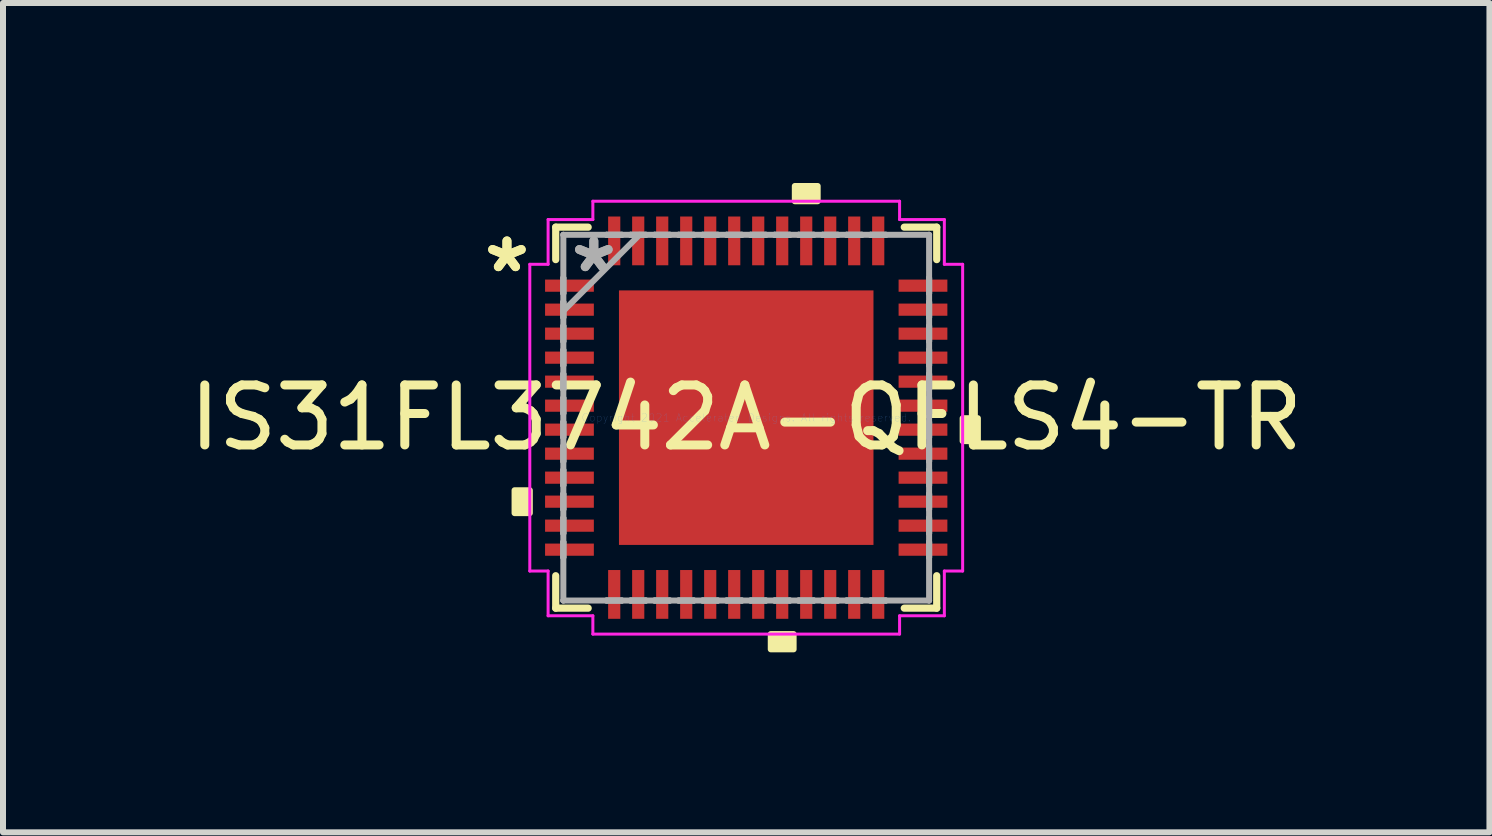
<source format=kicad_pcb>
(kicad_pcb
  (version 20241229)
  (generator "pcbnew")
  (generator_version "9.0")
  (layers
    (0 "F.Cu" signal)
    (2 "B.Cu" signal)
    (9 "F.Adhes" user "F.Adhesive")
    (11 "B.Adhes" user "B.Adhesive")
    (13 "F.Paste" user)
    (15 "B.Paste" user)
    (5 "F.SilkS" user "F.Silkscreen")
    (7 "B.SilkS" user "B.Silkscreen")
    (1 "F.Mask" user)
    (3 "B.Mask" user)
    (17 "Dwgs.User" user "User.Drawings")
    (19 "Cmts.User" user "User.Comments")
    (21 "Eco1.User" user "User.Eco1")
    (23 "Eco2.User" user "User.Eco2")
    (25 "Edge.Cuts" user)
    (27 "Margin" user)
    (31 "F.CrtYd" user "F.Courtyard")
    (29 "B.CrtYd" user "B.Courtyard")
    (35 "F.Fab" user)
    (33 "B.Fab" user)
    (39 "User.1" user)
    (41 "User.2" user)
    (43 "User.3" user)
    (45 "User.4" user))
  (footprint "IS31FL3742A-QFLS4-TR"
    (layer "F.Cu")
    (at 9.387 3.911)
    (property "Reference" "IS31FL3742A-QFLS4-TR" (at 0 0 0) (layer "F.SilkS") (effects (font (size 1 1) (thickness 0.15))))
    (attr through_hole)
    (fp_line (start -3.175 -3.175) (end -3.175 -2.634) (stroke (width 0.12) (type solid)) (layer "F.SilkS"))
    (fp_line (start -3.175 2.634) (end -3.175 3.175) (stroke (width 0.12) (type solid)) (layer "F.SilkS"))
    (fp_line (start -3.175 3.175) (end -2.634 3.175) (stroke (width 0.12) (type solid)) (layer "F.SilkS"))
    (fp_line (start -2.634 -3.175) (end -3.175 -3.175) (stroke (width 0.12) (type solid)) (layer "F.SilkS"))
    (fp_line (start 2.634 3.175) (end 3.175 3.175) (stroke (width 0.12) (type solid)) (layer "F.SilkS"))
    (fp_line (start 3.175 -3.175) (end 2.634 -3.175) (stroke (width 0.12) (type solid)) (layer "F.SilkS"))
    (fp_line (start 3.175 -2.634) (end 3.175 -3.175) (stroke (width 0.12) (type solid)) (layer "F.SilkS"))
    (fp_line (start 3.175 3.175) (end 3.175 2.634) (stroke (width 0.12) (type solid)) (layer "F.SilkS"))
    (fp_poly (pts (xy -3.861 1.21) (xy -3.861 1.591) (xy -3.607 1.591) (xy -3.607 1.21)) (stroke (width 0.1) (type solid)) (fill yes) (layer "F.SilkS"))
    (fp_poly (pts (xy 0.409 3.607) (xy 0.409 3.861) (xy 0.79 3.861) (xy 0.79 3.607)) (stroke (width 0.1) (type solid)) (fill yes) (layer "F.SilkS"))
    (fp_poly (pts (xy 0.81 -3.607) (xy 0.81 -3.861) (xy 1.191 -3.861) (xy 1.191 -3.607)) (stroke (width 0.1) (type solid)) (fill yes) (layer "F.SilkS"))
    (fp_poly (pts (xy 3.861 0.009) (xy 3.861 0.391) (xy 3.607 0.391) (xy 3.607 0.009)) (stroke (width 0.1) (type solid)) (fill yes) (layer "F.SilkS"))
    (fp_poly (pts (xy -2.021 -2.021) (xy -2.021 -0.807) (xy -0.807 -0.807) (xy -0.807 -2.021)) (stroke (width 0.1) (type solid)) (fill yes) (layer "F.Paste"))
    (fp_poly (pts (xy -2.021 -0.607) (xy -2.021 0.607) (xy -0.807 0.607) (xy -0.807 -0.607)) (stroke (width 0.1) (type solid)) (fill yes) (layer "F.Paste"))
    (fp_poly (pts (xy -2.021 0.807) (xy -2.021 2.021) (xy -0.807 2.021) (xy -0.807 0.807)) (stroke (width 0.1) (type solid)) (fill yes) (layer "F.Paste"))
    (fp_poly (pts (xy -0.607 -2.021) (xy -0.607 -0.807) (xy 0.607 -0.807) (xy 0.607 -2.021)) (stroke (width 0.1) (type solid)) (fill yes) (layer "F.Paste"))
    (fp_poly (pts (xy -0.607 -0.607) (xy -0.607 0.607) (xy 0.607 0.607) (xy 0.607 -0.607)) (stroke (width 0.1) (type solid)) (fill yes) (layer "F.Paste"))
    (fp_poly (pts (xy -0.607 0.807) (xy -0.607 2.021) (xy 0.607 2.021) (xy 0.607 0.807)) (stroke (width 0.1) (type solid)) (fill yes) (layer "F.Paste"))
    (fp_poly (pts (xy 0.807 -2.021) (xy 0.807 -0.807) (xy 2.021 -0.807) (xy 2.021 -2.021)) (stroke (width 0.1) (type solid)) (fill yes) (layer "F.Paste"))
    (fp_poly (pts (xy 0.807 -0.607) (xy 0.807 0.607) (xy 2.021 0.607) (xy 2.021 -0.607)) (stroke (width 0.1) (type solid)) (fill yes) (layer "F.Paste"))
    (fp_poly (pts (xy 0.807 0.807) (xy 0.807 2.021) (xy 2.021 2.021) (xy 2.021 0.807)) (stroke (width 0.1) (type solid)) (fill yes) (layer "F.Paste"))
    (fp_line (start -3.607 -2.556) (end -3.302 -2.556) (stroke (width 0.05) (type solid)) (layer "F.CrtYd"))
    (fp_line (start -3.607 2.556) (end -3.607 -2.556) (stroke (width 0.05) (type solid)) (layer "F.CrtYd"))
    (fp_line (start -3.302 -3.302) (end -2.556 -3.302) (stroke (width 0.05) (type solid)) (layer "F.CrtYd"))
    (fp_line (start -3.302 -2.556) (end -3.302 -3.302) (stroke (width 0.05) (type solid)) (layer "F.CrtYd"))
    (fp_line (start -3.302 2.556) (end -3.607 2.556) (stroke (width 0.05) (type solid)) (layer "F.CrtYd"))
    (fp_line (start -3.302 3.302) (end -3.302 2.556) (stroke (width 0.05) (type solid)) (layer "F.CrtYd"))
    (fp_line (start -2.556 -3.607) (end 2.556 -3.607) (stroke (width 0.05) (type solid)) (layer "F.CrtYd"))
    (fp_line (start -2.556 -3.302) (end -2.556 -3.607) (stroke (width 0.05) (type solid)) (layer "F.CrtYd"))
    (fp_line (start -2.556 3.302) (end -3.302 3.302) (stroke (width 0.05) (type solid)) (layer "F.CrtYd"))
    (fp_line (start -2.556 3.607) (end -2.556 3.302) (stroke (width 0.05) (type solid)) (layer "F.CrtYd"))
    (fp_line (start 2.556 -3.607) (end 2.556 -3.302) (stroke (width 0.05) (type solid)) (layer "F.CrtYd"))
    (fp_line (start 2.556 -3.302) (end 3.302 -3.302) (stroke (width 0.05) (type solid)) (layer "F.CrtYd"))
    (fp_line (start 2.556 3.302) (end 2.556 3.607) (stroke (width 0.05) (type solid)) (layer "F.CrtYd"))
    (fp_line (start 2.556 3.607) (end -2.556 3.607) (stroke (width 0.05) (type solid)) (layer "F.CrtYd"))
    (fp_line (start 3.302 -3.302) (end 3.302 -2.556) (stroke (width 0.05) (type solid)) (layer "F.CrtYd"))
    (fp_line (start 3.302 -2.556) (end 3.607 -2.556) (stroke (width 0.05) (type solid)) (layer "F.CrtYd"))
    (fp_line (start 3.302 2.556) (end 3.302 3.302) (stroke (width 0.05) (type solid)) (layer "F.CrtYd"))
    (fp_line (start 3.302 3.302) (end 2.556 3.302) (stroke (width 0.05) (type solid)) (layer "F.CrtYd"))
    (fp_line (start 3.607 -2.556) (end 3.607 2.556) (stroke (width 0.05) (type solid)) (layer "F.CrtYd"))
    (fp_line (start 3.607 2.556) (end 3.302 2.556) (stroke (width 0.05) (type solid)) (layer "F.CrtYd"))
    (fp_line (start -3.048 -3.048) (end -3.048 -3.048) (stroke (width 0.1) (type solid)) (layer "F.Fab"))
    (fp_line (start -3.048 -3.048) (end -3.048 3.048) (stroke (width 0.1) (type solid)) (layer "F.Fab"))
    (fp_line (start -3.048 -2.327) (end -3.048 -2.327) (stroke (width 0.1) (type solid)) (layer "F.Fab"))
    (fp_line (start -3.048 -2.327) (end -3.048 -2.073) (stroke (width 0.1) (type solid)) (layer "F.Fab"))
    (fp_line (start -3.048 -2.073) (end -3.048 -2.327) (stroke (width 0.1) (type solid)) (layer "F.Fab"))
    (fp_line (start -3.048 -2.073) (end -3.048 -2.073) (stroke (width 0.1) (type solid)) (layer "F.Fab"))
    (fp_line (start -3.048 -1.927) (end -3.048 -1.927) (stroke (width 0.1) (type solid)) (layer "F.Fab"))
    (fp_line (start -3.048 -1.927) (end -3.048 -1.673) (stroke (width 0.1) (type solid)) (layer "F.Fab"))
    (fp_line (start -3.048 -1.778) (end -1.778 -3.048) (stroke (width 0.1) (type solid)) (layer "F.Fab"))
    (fp_line (start -3.048 -1.673) (end -3.048 -1.927) (stroke (width 0.1) (type solid)) (layer "F.Fab"))
    (fp_line (start -3.048 -1.673) (end -3.048 -1.673) (stroke (width 0.1) (type solid)) (layer "F.Fab"))
    (fp_line (start -3.048 -1.527) (end -3.048 -1.527) (stroke (width 0.1) (type solid)) (layer "F.Fab"))
    (fp_line (start -3.048 -1.527) (end -3.048 -1.273) (stroke (width 0.1) (type solid)) (layer "F.Fab"))
    (fp_line (start -3.048 -1.273) (end -3.048 -1.527) (stroke (width 0.1) (type solid)) (layer "F.Fab"))
    (fp_line (start -3.048 -1.273) (end -3.048 -1.273) (stroke (width 0.1) (type solid)) (layer "F.Fab"))
    (fp_line (start -3.048 -1.127) (end -3.048 -1.127) (stroke (width 0.1) (type solid)) (layer "F.Fab"))
    (fp_line (start -3.048 -1.127) (end -3.048 -0.873) (stroke (width 0.1) (type solid)) (layer "F.Fab"))
    (fp_line (start -3.048 -0.873) (end -3.048 -1.127) (stroke (width 0.1) (type solid)) (layer "F.Fab"))
    (fp_line (start -3.048 -0.873) (end -3.048 -0.873) (stroke (width 0.1) (type solid)) (layer "F.Fab"))
    (fp_line (start -3.048 -0.727) (end -3.048 -0.727) (stroke (width 0.1) (type solid)) (layer "F.Fab"))
    (fp_line (start -3.048 -0.727) (end -3.048 -0.473) (stroke (width 0.1) (type solid)) (layer "F.Fab"))
    (fp_line (start -3.048 -0.473) (end -3.048 -0.727) (stroke (width 0.1) (type solid)) (layer "F.Fab"))
    (fp_line (start -3.048 -0.473) (end -3.048 -0.473) (stroke (width 0.1) (type solid)) (layer "F.Fab"))
    (fp_line (start -3.048 -0.327) (end -3.048 -0.327) (stroke (width 0.1) (type solid)) (layer "F.Fab"))
    (fp_line (start -3.048 -0.327) (end -3.048 -0.073) (stroke (width 0.1) (type solid)) (layer "F.Fab"))
    (fp_line (start -3.048 -0.073) (end -3.048 -0.327) (stroke (width 0.1) (type solid)) (layer "F.Fab"))
    (fp_line (start -3.048 -0.073) (end -3.048 -0.073) (stroke (width 0.1) (type solid)) (layer "F.Fab"))
    (fp_line (start -3.048 0.073) (end -3.048 0.073) (stroke (width 0.1) (type solid)) (layer "F.Fab"))
    (fp_line (start -3.048 0.073) (end -3.048 0.327) (stroke (width 0.1) (type solid)) (layer "F.Fab"))
    (fp_line (start -3.048 0.327) (end -3.048 0.073) (stroke (width 0.1) (type solid)) (layer "F.Fab"))
    (fp_line (start -3.048 0.327) (end -3.048 0.327) (stroke (width 0.1) (type solid)) (layer "F.Fab"))
    (fp_line (start -3.048 0.473) (end -3.048 0.473) (stroke (width 0.1) (type solid)) (layer "F.Fab"))
    (fp_line (start -3.048 0.473) (end -3.048 0.727) (stroke (width 0.1) (type solid)) (layer "F.Fab"))
    (fp_line (start -3.048 0.727) (end -3.048 0.473) (stroke (width 0.1) (type solid)) (layer "F.Fab"))
    (fp_line (start -3.048 0.727) (end -3.048 0.727) (stroke (width 0.1) (type solid)) (layer "F.Fab"))
    (fp_line (start -3.048 0.873) (end -3.048 0.873) (stroke (width 0.1) (type solid)) (layer "F.Fab"))
    (fp_line (start -3.048 0.873) (end -3.048 1.127) (stroke (width 0.1) (type solid)) (layer "F.Fab"))
    (fp_line (start -3.048 1.127) (end -3.048 0.873) (stroke (width 0.1) (type solid)) (layer "F.Fab"))
    (fp_line (start -3.048 1.127) (end -3.048 1.127) (stroke (width 0.1) (type solid)) (layer "F.Fab"))
    (fp_line (start -3.048 1.273) (end -3.048 1.273) (stroke (width 0.1) (type solid)) (layer "F.Fab"))
    (fp_line (start -3.048 1.273) (end -3.048 1.527) (stroke (width 0.1) (type solid)) (layer "F.Fab"))
    (fp_line (start -3.048 1.527) (end -3.048 1.273) (stroke (width 0.1) (type solid)) (layer "F.Fab"))
    (fp_line (start -3.048 1.527) (end -3.048 1.527) (stroke (width 0.1) (type solid)) (layer "F.Fab"))
    (fp_line (start -3.048 1.673) (end -3.048 1.673) (stroke (width 0.1) (type solid)) (layer "F.Fab"))
    (fp_line (start -3.048 1.673) (end -3.048 1.927) (stroke (width 0.1) (type solid)) (layer "F.Fab"))
    (fp_line (start -3.048 1.927) (end -3.048 1.673) (stroke (width 0.1) (type solid)) (layer "F.Fab"))
    (fp_line (start -3.048 1.927) (end -3.048 1.927) (stroke (width 0.1) (type solid)) (layer "F.Fab"))
    (fp_line (start -3.048 2.073) (end -3.048 2.073) (stroke (width 0.1) (type solid)) (layer "F.Fab"))
    (fp_line (start -3.048 2.073) (end -3.048 2.327) (stroke (width 0.1) (type solid)) (layer "F.Fab"))
    (fp_line (start -3.048 2.327) (end -3.048 2.073) (stroke (width 0.1) (type solid)) (layer "F.Fab"))
    (fp_line (start -3.048 2.327) (end -3.048 2.327) (stroke (width 0.1) (type solid)) (layer "F.Fab"))
    (fp_line (start -3.048 3.048) (end -3.048 3.048) (stroke (width 0.1) (type solid)) (layer "F.Fab"))
    (fp_line (start -3.048 3.048) (end 3.048 3.048) (stroke (width 0.1) (type solid)) (layer "F.Fab"))
    (fp_line (start -2.327 -3.048) (end -2.327 -3.048) (stroke (width 0.1) (type solid)) (layer "F.Fab"))
    (fp_line (start -2.327 -3.048) (end -2.073 -3.048) (stroke (width 0.1) (type solid)) (layer "F.Fab"))
    (fp_line (start -2.327 3.048) (end -2.327 3.048) (stroke (width 0.1) (type solid)) (layer "F.Fab"))
    (fp_line (start -2.327 3.048) (end -2.073 3.048) (stroke (width 0.1) (type solid)) (layer "F.Fab"))
    (fp_line (start -2.073 -3.048) (end -2.327 -3.048) (stroke (width 0.1) (type solid)) (layer "F.Fab"))
    (fp_line (start -2.073 -3.048) (end -2.073 -3.048) (stroke (width 0.1) (type solid)) (layer "F.Fab"))
    (fp_line (start -2.073 3.048) (end -2.327 3.048) (stroke (width 0.1) (type solid)) (layer "F.Fab"))
    (fp_line (start -2.073 3.048) (end -2.073 3.048) (stroke (width 0.1) (type solid)) (layer "F.Fab"))
    (fp_line (start -1.927 -3.048) (end -1.927 -3.048) (stroke (width 0.1) (type solid)) (layer "F.Fab"))
    (fp_line (start -1.927 -3.048) (end -1.673 -3.048) (stroke (width 0.1) (type solid)) (layer "F.Fab"))
    (fp_line (start -1.927 3.048) (end -1.927 3.048) (stroke (width 0.1) (type solid)) (layer "F.Fab"))
    (fp_line (start -1.927 3.048) (end -1.673 3.048) (stroke (width 0.1) (type solid)) (layer "F.Fab"))
    (fp_line (start -1.673 -3.048) (end -1.927 -3.048) (stroke (width 0.1) (type solid)) (layer "F.Fab"))
    (fp_line (start -1.673 -3.048) (end -1.673 -3.048) (stroke (width 0.1) (type solid)) (layer "F.Fab"))
    (fp_line (start -1.673 3.048) (end -1.927 3.048) (stroke (width 0.1) (type solid)) (layer "F.Fab"))
    (fp_line (start -1.673 3.048) (end -1.673 3.048) (stroke (width 0.1) (type solid)) (layer "F.Fab"))
    (fp_line (start -1.527 -3.048) (end -1.527 -3.048) (stroke (width 0.1) (type solid)) (layer "F.Fab"))
    (fp_line (start -1.527 -3.048) (end -1.273 -3.048) (stroke (width 0.1) (type solid)) (layer "F.Fab"))
    (fp_line (start -1.527 3.048) (end -1.527 3.048) (stroke (width 0.1) (type solid)) (layer "F.Fab"))
    (fp_line (start -1.527 3.048) (end -1.273 3.048) (stroke (width 0.1) (type solid)) (layer "F.Fab"))
    (fp_line (start -1.273 -3.048) (end -1.527 -3.048) (stroke (width 0.1) (type solid)) (layer "F.Fab"))
    (fp_line (start -1.273 -3.048) (end -1.273 -3.048) (stroke (width 0.1) (type solid)) (layer "F.Fab"))
    (fp_line (start -1.273 3.048) (end -1.527 3.048) (stroke (width 0.1) (type solid)) (layer "F.Fab"))
    (fp_line (start -1.273 3.048) (end -1.273 3.048) (stroke (width 0.1) (type solid)) (layer "F.Fab"))
    (fp_line (start -1.127 -3.048) (end -1.127 -3.048) (stroke (width 0.1) (type solid)) (layer "F.Fab"))
    (fp_line (start -1.127 -3.048) (end -0.873 -3.048) (stroke (width 0.1) (type solid)) (layer "F.Fab"))
    (fp_line (start -1.127 3.048) (end -1.127 3.048) (stroke (width 0.1) (type solid)) (layer "F.Fab"))
    (fp_line (start -1.127 3.048) (end -0.873 3.048) (stroke (width 0.1) (type solid)) (layer "F.Fab"))
    (fp_line (start -0.873 -3.048) (end -1.127 -3.048) (stroke (width 0.1) (type solid)) (layer "F.Fab"))
    (fp_line (start -0.873 -3.048) (end -0.873 -3.048) (stroke (width 0.1) (type solid)) (layer "F.Fab"))
    (fp_line (start -0.873 3.048) (end -1.127 3.048) (stroke (width 0.1) (type solid)) (layer "F.Fab"))
    (fp_line (start -0.873 3.048) (end -0.873 3.048) (stroke (width 0.1) (type solid)) (layer "F.Fab"))
    (fp_line (start -0.727 -3.048) (end -0.727 -3.048) (stroke (width 0.1) (type solid)) (layer "F.Fab"))
    (fp_line (start -0.727 -3.048) (end -0.473 -3.048) (stroke (width 0.1) (type solid)) (layer "F.Fab"))
    (fp_line (start -0.727 3.048) (end -0.727 3.048) (stroke (width 0.1) (type solid)) (layer "F.Fab"))
    (fp_line (start -0.727 3.048) (end -0.473 3.048) (stroke (width 0.1) (type solid)) (layer "F.Fab"))
    (fp_line (start -0.473 -3.048) (end -0.727 -3.048) (stroke (width 0.1) (type solid)) (layer "F.Fab"))
    (fp_line (start -0.473 -3.048) (end -0.473 -3.048) (stroke (width 0.1) (type solid)) (layer "F.Fab"))
    (fp_line (start -0.473 3.048) (end -0.727 3.048) (stroke (width 0.1) (type solid)) (layer "F.Fab"))
    (fp_line (start -0.473 3.048) (end -0.473 3.048) (stroke (width 0.1) (type solid)) (layer "F.Fab"))
    (fp_line (start -0.327 -3.048) (end -0.327 -3.048) (stroke (width 0.1) (type solid)) (layer "F.Fab"))
    (fp_line (start -0.327 -3.048) (end -0.073 -3.048) (stroke (width 0.1) (type solid)) (layer "F.Fab"))
    (fp_line (start -0.327 3.048) (end -0.327 3.048) (stroke (width 0.1) (type solid)) (layer "F.Fab"))
    (fp_line (start -0.327 3.048) (end -0.073 3.048) (stroke (width 0.1) (type solid)) (layer "F.Fab"))
    (fp_line (start -0.073 -3.048) (end -0.327 -3.048) (stroke (width 0.1) (type solid)) (layer "F.Fab"))
    (fp_line (start -0.073 -3.048) (end -0.073 -3.048) (stroke (width 0.1) (type solid)) (layer "F.Fab"))
    (fp_line (start -0.073 3.048) (end -0.327 3.048) (stroke (width 0.1) (type solid)) (layer "F.Fab"))
    (fp_line (start -0.073 3.048) (end -0.073 3.048) (stroke (width 0.1) (type solid)) (layer "F.Fab"))
    (fp_line (start 0.073 -3.048) (end 0.073 -3.048) (stroke (width 0.1) (type solid)) (layer "F.Fab"))
    (fp_line (start 0.073 -3.048) (end 0.327 -3.048) (stroke (width 0.1) (type solid)) (layer "F.Fab"))
    (fp_line (start 0.073 3.048) (end 0.073 3.048) (stroke (width 0.1) (type solid)) (layer "F.Fab"))
    (fp_line (start 0.073 3.048) (end 0.327 3.048) (stroke (width 0.1) (type solid)) (layer "F.Fab"))
    (fp_line (start 0.327 -3.048) (end 0.073 -3.048) (stroke (width 0.1) (type solid)) (layer "F.Fab"))
    (fp_line (start 0.327 -3.048) (end 0.327 -3.048) (stroke (width 0.1) (type solid)) (layer "F.Fab"))
    (fp_line (start 0.327 3.048) (end 0.073 3.048) (stroke (width 0.1) (type solid)) (layer "F.Fab"))
    (fp_line (start 0.327 3.048) (end 0.327 3.048) (stroke (width 0.1) (type solid)) (layer "F.Fab"))
    (fp_line (start 0.473 -3.048) (end 0.473 -3.048) (stroke (width 0.1) (type solid)) (layer "F.Fab"))
    (fp_line (start 0.473 -3.048) (end 0.727 -3.048) (stroke (width 0.1) (type solid)) (layer "F.Fab"))
    (fp_line (start 0.473 3.048) (end 0.473 3.048) (stroke (width 0.1) (type solid)) (layer "F.Fab"))
    (fp_line (start 0.473 3.048) (end 0.727 3.048) (stroke (width 0.1) (type solid)) (layer "F.Fab"))
    (fp_line (start 0.727 -3.048) (end 0.473 -3.048) (stroke (width 0.1) (type solid)) (layer "F.Fab"))
    (fp_line (start 0.727 -3.048) (end 0.727 -3.048) (stroke (width 0.1) (type solid)) (layer "F.Fab"))
    (fp_line (start 0.727 3.048) (end 0.473 3.048) (stroke (width 0.1) (type solid)) (layer "F.Fab"))
    (fp_line (start 0.727 3.048) (end 0.727 3.048) (stroke (width 0.1) (type solid)) (layer "F.Fab"))
    (fp_line (start 0.873 -3.048) (end 0.873 -3.048) (stroke (width 0.1) (type solid)) (layer "F.Fab"))
    (fp_line (start 0.873 -3.048) (end 1.127 -3.048) (stroke (width 0.1) (type solid)) (layer "F.Fab"))
    (fp_line (start 0.873 3.048) (end 0.873 3.048) (stroke (width 0.1) (type solid)) (layer "F.Fab"))
    (fp_line (start 0.873 3.048) (end 1.127 3.048) (stroke (width 0.1) (type solid)) (layer "F.Fab"))
    (fp_line (start 1.127 -3.048) (end 0.873 -3.048) (stroke (width 0.1) (type solid)) (layer "F.Fab"))
    (fp_line (start 1.127 -3.048) (end 1.127 -3.048) (stroke (width 0.1) (type solid)) (layer "F.Fab"))
    (fp_line (start 1.127 3.048) (end 0.873 3.048) (stroke (width 0.1) (type solid)) (layer "F.Fab"))
    (fp_line (start 1.127 3.048) (end 1.127 3.048) (stroke (width 0.1) (type solid)) (layer "F.Fab"))
    (fp_line (start 1.273 -3.048) (end 1.273 -3.048) (stroke (width 0.1) (type solid)) (layer "F.Fab"))
    (fp_line (start 1.273 -3.048) (end 1.527 -3.048) (stroke (width 0.1) (type solid)) (layer "F.Fab"))
    (fp_line (start 1.273 3.048) (end 1.273 3.048) (stroke (width 0.1) (type solid)) (layer "F.Fab"))
    (fp_line (start 1.273 3.048) (end 1.527 3.048) (stroke (width 0.1) (type solid)) (layer "F.Fab"))
    (fp_line (start 1.527 -3.048) (end 1.273 -3.048) (stroke (width 0.1) (type solid)) (layer "F.Fab"))
    (fp_line (start 1.527 -3.048) (end 1.527 -3.048) (stroke (width 0.1) (type solid)) (layer "F.Fab"))
    (fp_line (start 1.527 3.048) (end 1.273 3.048) (stroke (width 0.1) (type solid)) (layer "F.Fab"))
    (fp_line (start 1.527 3.048) (end 1.527 3.048) (stroke (width 0.1) (type solid)) (layer "F.Fab"))
    (fp_line (start 1.673 -3.048) (end 1.673 -3.048) (stroke (width 0.1) (type solid)) (layer "F.Fab"))
    (fp_line (start 1.673 -3.048) (end 1.927 -3.048) (stroke (width 0.1) (type solid)) (layer "F.Fab"))
    (fp_line (start 1.673 3.048) (end 1.673 3.048) (stroke (width 0.1) (type solid)) (layer "F.Fab"))
    (fp_line (start 1.673 3.048) (end 1.927 3.048) (stroke (width 0.1) (type solid)) (layer "F.Fab"))
    (fp_line (start 1.927 -3.048) (end 1.673 -3.048) (stroke (width 0.1) (type solid)) (layer "F.Fab"))
    (fp_line (start 1.927 -3.048) (end 1.927 -3.048) (stroke (width 0.1) (type solid)) (layer "F.Fab"))
    (fp_line (start 1.927 3.048) (end 1.673 3.048) (stroke (width 0.1) (type solid)) (layer "F.Fab"))
    (fp_line (start 1.927 3.048) (end 1.927 3.048) (stroke (width 0.1) (type solid)) (layer "F.Fab"))
    (fp_line (start 2.073 -3.048) (end 2.073 -3.048) (stroke (width 0.1) (type solid)) (layer "F.Fab"))
    (fp_line (start 2.073 -3.048) (end 2.327 -3.048) (stroke (width 0.1) (type solid)) (layer "F.Fab"))
    (fp_line (start 2.073 3.048) (end 2.073 3.048) (stroke (width 0.1) (type solid)) (layer "F.Fab"))
    (fp_line (start 2.073 3.048) (end 2.327 3.048) (stroke (width 0.1) (type solid)) (layer "F.Fab"))
    (fp_line (start 2.327 -3.048) (end 2.073 -3.048) (stroke (width 0.1) (type solid)) (layer "F.Fab"))
    (fp_line (start 2.327 -3.048) (end 2.327 -3.048) (stroke (width 0.1) (type solid)) (layer "F.Fab"))
    (fp_line (start 2.327 3.048) (end 2.073 3.048) (stroke (width 0.1) (type solid)) (layer "F.Fab"))
    (fp_line (start 2.327 3.048) (end 2.327 3.048) (stroke (width 0.1) (type solid)) (layer "F.Fab"))
    (fp_line (start 3.048 -3.048) (end -3.048 -3.048) (stroke (width 0.1) (type solid)) (layer "F.Fab"))
    (fp_line (start 3.048 -3.048) (end 3.048 -3.048) (stroke (width 0.1) (type solid)) (layer "F.Fab"))
    (fp_line (start 3.048 -2.327) (end 3.048 -2.327) (stroke (width 0.1) (type solid)) (layer "F.Fab"))
    (fp_line (start 3.048 -2.327) (end 3.048 -2.073) (stroke (width 0.1) (type solid)) (layer "F.Fab"))
    (fp_line (start 3.048 -2.073) (end 3.048 -2.327) (stroke (width 0.1) (type solid)) (layer "F.Fab"))
    (fp_line (start 3.048 -2.073) (end 3.048 -2.073) (stroke (width 0.1) (type solid)) (layer "F.Fab"))
    (fp_line (start 3.048 -1.927) (end 3.048 -1.927) (stroke (width 0.1) (type solid)) (layer "F.Fab"))
    (fp_line (start 3.048 -1.927) (end 3.048 -1.673) (stroke (width 0.1) (type solid)) (layer "F.Fab"))
    (fp_line (start 3.048 -1.673) (end 3.048 -1.927) (stroke (width 0.1) (type solid)) (layer "F.Fab"))
    (fp_line (start 3.048 -1.673) (end 3.048 -1.673) (stroke (width 0.1) (type solid)) (layer "F.Fab"))
    (fp_line (start 3.048 -1.527) (end 3.048 -1.527) (stroke (width 0.1) (type solid)) (layer "F.Fab"))
    (fp_line (start 3.048 -1.527) (end 3.048 -1.273) (stroke (width 0.1) (type solid)) (layer "F.Fab"))
    (fp_line (start 3.048 -1.273) (end 3.048 -1.527) (stroke (width 0.1) (type solid)) (layer "F.Fab"))
    (fp_line (start 3.048 -1.273) (end 3.048 -1.273) (stroke (width 0.1) (type solid)) (layer "F.Fab"))
    (fp_line (start 3.048 -1.127) (end 3.048 -1.127) (stroke (width 0.1) (type solid)) (layer "F.Fab"))
    (fp_line (start 3.048 -1.127) (end 3.048 -0.873) (stroke (width 0.1) (type solid)) (layer "F.Fab"))
    (fp_line (start 3.048 -0.873) (end 3.048 -1.127) (stroke (width 0.1) (type solid)) (layer "F.Fab"))
    (fp_line (start 3.048 -0.873) (end 3.048 -0.873) (stroke (width 0.1) (type solid)) (layer "F.Fab"))
    (fp_line (start 3.048 -0.727) (end 3.048 -0.727) (stroke (width 0.1) (type solid)) (layer "F.Fab"))
    (fp_line (start 3.048 -0.727) (end 3.048 -0.473) (stroke (width 0.1) (type solid)) (layer "F.Fab"))
    (fp_line (start 3.048 -0.473) (end 3.048 -0.727) (stroke (width 0.1) (type solid)) (layer "F.Fab"))
    (fp_line (start 3.048 -0.473) (end 3.048 -0.473) (stroke (width 0.1) (type solid)) (layer "F.Fab"))
    (fp_line (start 3.048 -0.327) (end 3.048 -0.327) (stroke (width 0.1) (type solid)) (layer "F.Fab"))
    (fp_line (start 3.048 -0.327) (end 3.048 -0.073) (stroke (width 0.1) (type solid)) (layer "F.Fab"))
    (fp_line (start 3.048 -0.073) (end 3.048 -0.327) (stroke (width 0.1) (type solid)) (layer "F.Fab"))
    (fp_line (start 3.048 -0.073) (end 3.048 -0.073) (stroke (width 0.1) (type solid)) (layer "F.Fab"))
    (fp_line (start 3.048 0.073) (end 3.048 0.073) (stroke (width 0.1) (type solid)) (layer "F.Fab"))
    (fp_line (start 3.048 0.073) (end 3.048 0.327) (stroke (width 0.1) (type solid)) (layer "F.Fab"))
    (fp_line (start 3.048 0.327) (end 3.048 0.073) (stroke (width 0.1) (type solid)) (layer "F.Fab"))
    (fp_line (start 3.048 0.327) (end 3.048 0.327) (stroke (width 0.1) (type solid)) (layer "F.Fab"))
    (fp_line (start 3.048 0.473) (end 3.048 0.473) (stroke (width 0.1) (type solid)) (layer "F.Fab"))
    (fp_line (start 3.048 0.473) (end 3.048 0.727) (stroke (width 0.1) (type solid)) (layer "F.Fab"))
    (fp_line (start 3.048 0.727) (end 3.048 0.473) (stroke (width 0.1) (type solid)) (layer "F.Fab"))
    (fp_line (start 3.048 0.727) (end 3.048 0.727) (stroke (width 0.1) (type solid)) (layer "F.Fab"))
    (fp_line (start 3.048 0.873) (end 3.048 0.873) (stroke (width 0.1) (type solid)) (layer "F.Fab"))
    (fp_line (start 3.048 0.873) (end 3.048 1.127) (stroke (width 0.1) (type solid)) (layer "F.Fab"))
    (fp_line (start 3.048 1.127) (end 3.048 0.873) (stroke (width 0.1) (type solid)) (layer "F.Fab"))
    (fp_line (start 3.048 1.127) (end 3.048 1.127) (stroke (width 0.1) (type solid)) (layer "F.Fab"))
    (fp_line (start 3.048 1.273) (end 3.048 1.273) (stroke (width 0.1) (type solid)) (layer "F.Fab"))
    (fp_line (start 3.048 1.273) (end 3.048 1.527) (stroke (width 0.1) (type solid)) (layer "F.Fab"))
    (fp_line (start 3.048 1.527) (end 3.048 1.273) (stroke (width 0.1) (type solid)) (layer "F.Fab"))
    (fp_line (start 3.048 1.527) (end 3.048 1.527) (stroke (width 0.1) (type solid)) (layer "F.Fab"))
    (fp_line (start 3.048 1.673) (end 3.048 1.673) (stroke (width 0.1) (type solid)) (layer "F.Fab"))
    (fp_line (start 3.048 1.673) (end 3.048 1.927) (stroke (width 0.1) (type solid)) (layer "F.Fab"))
    (fp_line (start 3.048 1.927) (end 3.048 1.673) (stroke (width 0.1) (type solid)) (layer "F.Fab"))
    (fp_line (start 3.048 1.927) (end 3.048 1.927) (stroke (width 0.1) (type solid)) (layer "F.Fab"))
    (fp_line (start 3.048 2.073) (end 3.048 2.073) (stroke (width 0.1) (type solid)) (layer "F.Fab"))
    (fp_line (start 3.048 2.073) (end 3.048 2.327) (stroke (width 0.1) (type solid)) (layer "F.Fab"))
    (fp_line (start 3.048 2.327) (end 3.048 2.073) (stroke (width 0.1) (type solid)) (layer "F.Fab"))
    (fp_line (start 3.048 2.327) (end 3.048 2.327) (stroke (width 0.1) (type solid)) (layer "F.Fab"))
    (fp_line (start 3.048 3.048) (end 3.048 -3.048) (stroke (width 0.1) (type solid)) (layer "F.Fab"))
    (fp_line (start 3.048 3.048) (end 3.048 3.048) (stroke (width 0.1) (type solid)) (layer "F.Fab"))
    (fp_text user "*" (at -3.988 -2.4 0) (layer "F.SilkS") (effects (font (size 1 1) (thickness 0.15))))
    (fp_text user "*" (at -3.988 -2.4 0) (layer "F.SilkS") (effects (font (size 1 1) (thickness 0.15))))
    (fp_text user "Copyright 2021 Accelerated Designs. All rights reserved." (at 0 0 0) (layer "Cmts.User") (effects (font (size 0.127 0.127) (thickness 0.002))))
    (fp_text user "*" (at -2.54 -2.4 0) (layer "F.Fab") (effects (font (size 1 1) (thickness 0.15))))
    (fp_text user "*" (at -2.54 -2.4 0) (layer "F.Fab") (effects (font (size 1 1) (thickness 0.15))))
    (pad "1" smd rect (at -2.946 -2.2 90) (size 0.203 0.813) (layers "F.Cu" "F.Mask" "F.Paste"))
    (pad "2" smd rect (at -2.946 -1.8 90) (size 0.203 0.813) (layers "F.Cu" "F.Mask" "F.Paste"))
    (pad "3" smd rect (at -2.946 -1.4 90) (size 0.203 0.813) (layers "F.Cu" "F.Mask" "F.Paste"))
    (pad "4" smd rect (at -2.946 -1 90) (size 0.203 0.813) (layers "F.Cu" "F.Mask" "F.Paste"))
    (pad "5" smd rect (at -2.946 -0.6 90) (size 0.203 0.813) (layers "F.Cu" "F.Mask" "F.Paste"))
    (pad "6" smd rect (at -2.946 -0.2 90) (size 0.203 0.813) (layers "F.Cu" "F.Mask" "F.Paste"))
    (pad "7" smd rect (at -2.946 0.2 90) (size 0.203 0.813) (layers "F.Cu" "F.Mask" "F.Paste"))
    (pad "8" smd rect (at -2.946 0.6 90) (size 0.203 0.813) (layers "F.Cu" "F.Mask" "F.Paste"))
    (pad "9" smd rect (at -2.946 1 90) (size 0.203 0.813) (layers "F.Cu" "F.Mask" "F.Paste"))
    (pad "10" smd rect (at -2.946 1.4 90) (size 0.203 0.813) (layers "F.Cu" "F.Mask" "F.Paste"))
    (pad "11" smd rect (at -2.946 1.8 90) (size 0.203 0.813) (layers "F.Cu" "F.Mask" "F.Paste"))
    (pad "12" smd rect (at -2.946 2.2 90) (size 0.203 0.813) (layers "F.Cu" "F.Mask" "F.Paste"))
    (pad "13" smd rect (at -2.2 2.946) (size 0.203 0.813) (layers "F.Cu" "F.Mask" "F.Paste"))
    (pad "14" smd rect (at -1.8 2.946) (size 0.203 0.813) (layers "F.Cu" "F.Mask" "F.Paste"))
    (pad "15" smd rect (at -1.4 2.946) (size 0.203 0.813) (layers "F.Cu" "F.Mask" "F.Paste"))
    (pad "16" smd rect (at -1 2.946) (size 0.203 0.813) (layers "F.Cu" "F.Mask" "F.Paste"))
    (pad "17" smd rect (at -0.6 2.946) (size 0.203 0.813) (layers "F.Cu" "F.Mask" "F.Paste"))
    (pad "18" smd rect (at -0.2 2.946) (size 0.203 0.813) (layers "F.Cu" "F.Mask" "F.Paste"))
    (pad "19" smd rect (at 0.2 2.946) (size 0.203 0.813) (layers "F.Cu" "F.Mask" "F.Paste"))
    (pad "20" smd rect (at 0.6 2.946) (size 0.203 0.813) (layers "F.Cu" "F.Mask" "F.Paste"))
    (pad "21" smd rect (at 1 2.946) (size 0.203 0.813) (layers "F.Cu" "F.Mask" "F.Paste"))
    (pad "22" smd rect (at 1.4 2.946) (size 0.203 0.813) (layers "F.Cu" "F.Mask" "F.Paste"))
    (pad "23" smd rect (at 1.8 2.946) (size 0.203 0.813) (layers "F.Cu" "F.Mask" "F.Paste"))
    (pad "24" smd rect (at 2.2 2.946) (size 0.203 0.813) (layers "F.Cu" "F.Mask" "F.Paste"))
    (pad "25" smd rect (at 2.946 2.2 90) (size 0.203 0.813) (layers "F.Cu" "F.Mask" "F.Paste"))
    (pad "26" smd rect (at 2.946 1.8 90) (size 0.203 0.813) (layers "F.Cu" "F.Mask" "F.Paste"))
    (pad "27" smd rect (at 2.946 1.4 90) (size 0.203 0.813) (layers "F.Cu" "F.Mask" "F.Paste"))
    (pad "28" smd rect (at 2.946 1 90) (size 0.203 0.813) (layers "F.Cu" "F.Mask" "F.Paste"))
    (pad "29" smd rect (at 2.946 0.6 90) (size 0.203 0.813) (layers "F.Cu" "F.Mask" "F.Paste"))
    (pad "30" smd rect (at 2.946 0.2 90) (size 0.203 0.813) (layers "F.Cu" "F.Mask" "F.Paste"))
    (pad "31" smd rect (at 2.946 -0.2 90) (size 0.203 0.813) (layers "F.Cu" "F.Mask" "F.Paste"))
    (pad "32" smd rect (at 2.946 -0.6 90) (size 0.203 0.813) (layers "F.Cu" "F.Mask" "F.Paste"))
    (pad "33" smd rect (at 2.946 -1 90) (size 0.203 0.813) (layers "F.Cu" "F.Mask" "F.Paste"))
    (pad "34" smd rect (at 2.946 -1.4 90) (size 0.203 0.813) (layers "F.Cu" "F.Mask" "F.Paste"))
    (pad "35" smd rect (at 2.946 -1.8 90) (size 0.203 0.813) (layers "F.Cu" "F.Mask" "F.Paste"))
    (pad "36" smd rect (at 2.946 -2.2 90) (size 0.203 0.813) (layers "F.Cu" "F.Mask" "F.Paste"))
    (pad "37" smd rect (at 2.2 -2.946) (size 0.203 0.813) (layers "F.Cu" "F.Mask" "F.Paste"))
    (pad "38" smd rect (at 1.8 -2.946) (size 0.203 0.813) (layers "F.Cu" "F.Mask" "F.Paste"))
    (pad "39" smd rect (at 1.4 -2.946) (size 0.203 0.813) (layers "F.Cu" "F.Mask" "F.Paste"))
    (pad "40" smd rect (at 1 -2.946) (size 0.203 0.813) (layers "F.Cu" "F.Mask" "F.Paste"))
    (pad "41" smd rect (at 0.6 -2.946) (size 0.203 0.813) (layers "F.Cu" "F.Mask" "F.Paste"))
    (pad "42" smd rect (at 0.2 -2.946) (size 0.203 0.813) (layers "F.Cu" "F.Mask" "F.Paste"))
    (pad "43" smd rect (at -0.2 -2.946) (size 0.203 0.813) (layers "F.Cu" "F.Mask" "F.Paste"))
    (pad "44" smd rect (at -0.6 -2.946) (size 0.203 0.813) (layers "F.Cu" "F.Mask" "F.Paste"))
    (pad "45" smd rect (at -1 -2.946) (size 0.203 0.813) (layers "F.Cu" "F.Mask" "F.Paste"))
    (pad "46" smd rect (at -1.4 -2.946) (size 0.203 0.813) (layers "F.Cu" "F.Mask" "F.Paste"))
    (pad "47" smd rect (at -1.8 -2.946) (size 0.203 0.813) (layers "F.Cu" "F.Mask" "F.Paste"))
    (pad "48" smd rect (at -2.2 -2.946) (size 0.203 0.813) (layers "F.Cu" "F.Mask" "F.Paste"))
    (pad "49" smd rect (at 0 0) (size 4.242 4.242) (layers "F.Cu" "F.Mask")))
  (gr_rect
    (start -3 -3)
    (end 21.774 10.822)
    (stroke (width 0.1) (type default))
    (fill no)
    (layer "Edge.Cuts")))
</source>
